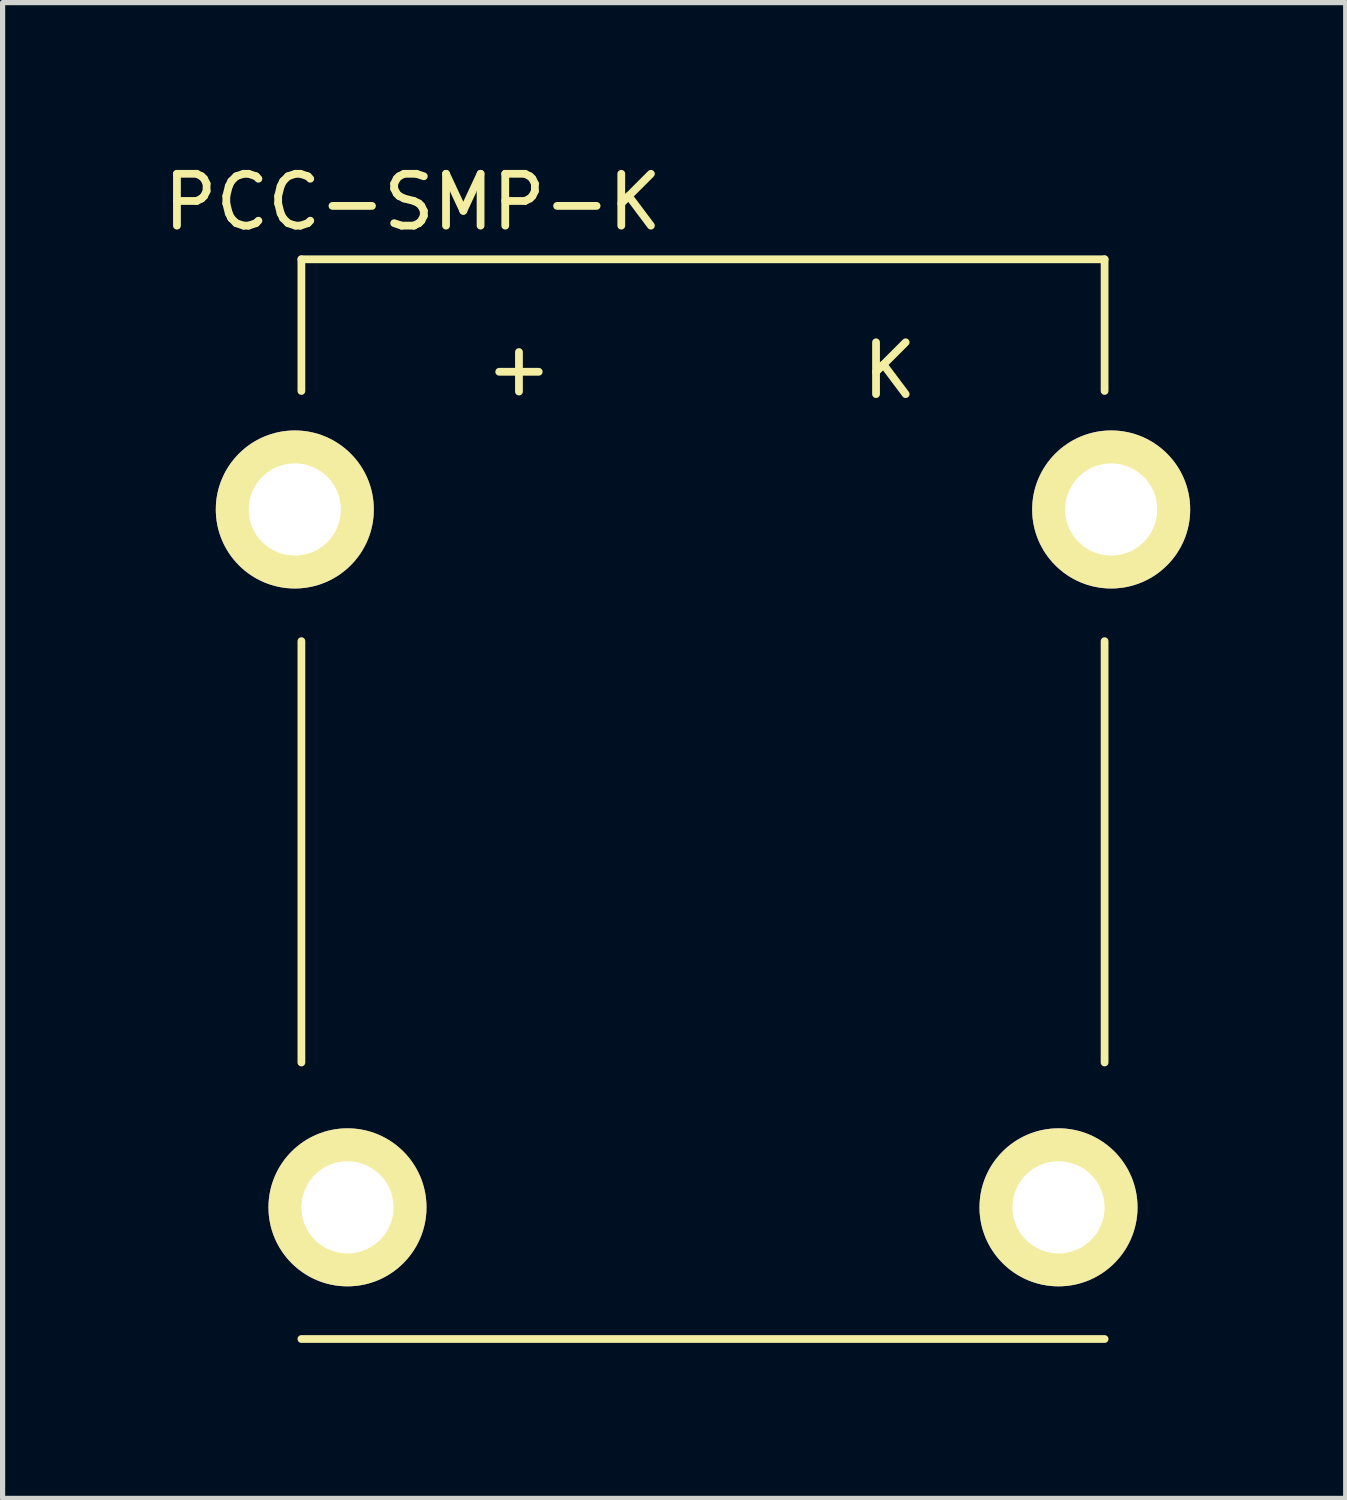
<source format=kicad_pcb>
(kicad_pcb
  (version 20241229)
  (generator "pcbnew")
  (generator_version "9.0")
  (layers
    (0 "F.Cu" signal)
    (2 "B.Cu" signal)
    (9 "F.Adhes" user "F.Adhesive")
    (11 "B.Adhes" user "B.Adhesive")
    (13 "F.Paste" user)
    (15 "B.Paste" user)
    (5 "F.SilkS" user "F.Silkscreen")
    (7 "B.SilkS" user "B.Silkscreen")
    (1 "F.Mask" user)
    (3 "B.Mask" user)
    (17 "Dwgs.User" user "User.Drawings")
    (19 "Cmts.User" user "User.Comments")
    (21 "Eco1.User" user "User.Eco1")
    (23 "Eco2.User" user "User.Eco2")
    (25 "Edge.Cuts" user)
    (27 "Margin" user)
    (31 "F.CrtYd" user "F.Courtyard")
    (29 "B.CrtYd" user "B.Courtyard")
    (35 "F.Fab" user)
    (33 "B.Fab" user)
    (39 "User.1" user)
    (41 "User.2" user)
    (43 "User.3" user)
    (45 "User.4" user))
  (footprint "PCC-SMP-K"
    (layer "F.Cu")
    (at 10.511 14.398)
    (property "Reference" "PCC-SMP-K" (at -5.6 -13.55 0) (layer "F.SilkS") (effects (font (size 1 1) (thickness 0.15))))
    (attr through_hole)
    (fp_line (start -7.747 -12.446) (end -7.747 -9.906) (stroke (width 0.15) (type solid)) (layer "F.SilkS"))
    (fp_line (start -7.747 -12.446) (end 7.747 -12.446) (stroke (width 0.15) (type solid)) (layer "F.SilkS"))
    (fp_line (start -7.747 -5.08) (end -7.747 3.048) (stroke (width 0.15) (type solid)) (layer "F.SilkS"))
    (fp_line (start 7.747 -12.446) (end 7.747 -9.906) (stroke (width 0.15) (type solid)) (layer "F.SilkS"))
    (fp_line (start 7.747 -5.08) (end 7.747 3.048) (stroke (width 0.15) (type solid)) (layer "F.SilkS"))
    (fp_line (start 7.747 8.382) (end -7.747 8.382) (stroke (width 0.15) (type solid)) (layer "F.SilkS"))
    (fp_text user "K" (at 3.6 -10.3 0) (layer "F.SilkS") (effects (font (size 1 1) (thickness 0.15))))
    (fp_text user "+" (at -3.55 -10.35 0) (layer "F.SilkS") (effects (font (size 1 1) (thickness 0.15))))
    (pad "1" thru_hole circle (at -7.874 -7.62) (size 3.048 3.048) (drill 1.778) (layers "*.Cu" "*.Mask" "F.SilkS"))
    (pad "1" thru_hole circle (at 7.874 -7.62) (size 3.048 3.048) (drill 1.778) (layers "*.Cu" "*.Mask" "F.SilkS"))
    (pad "2" thru_hole circle (at -6.858 5.842) (size 3.048 3.048) (drill 1.778) (layers "*.Cu" "*.Mask" "F.SilkS"))
    (pad "3" thru_hole circle (at 6.858 5.842) (size 3.048 3.048) (drill 1.778) (layers "*.Cu" "*.Mask" "F.SilkS")))
  (gr_rect
    (start -3 -3)
    (end 22.909 25.855)
    (stroke (width 0.1) (type default))
    (fill no)
    (layer "Edge.Cuts")))
</source>
